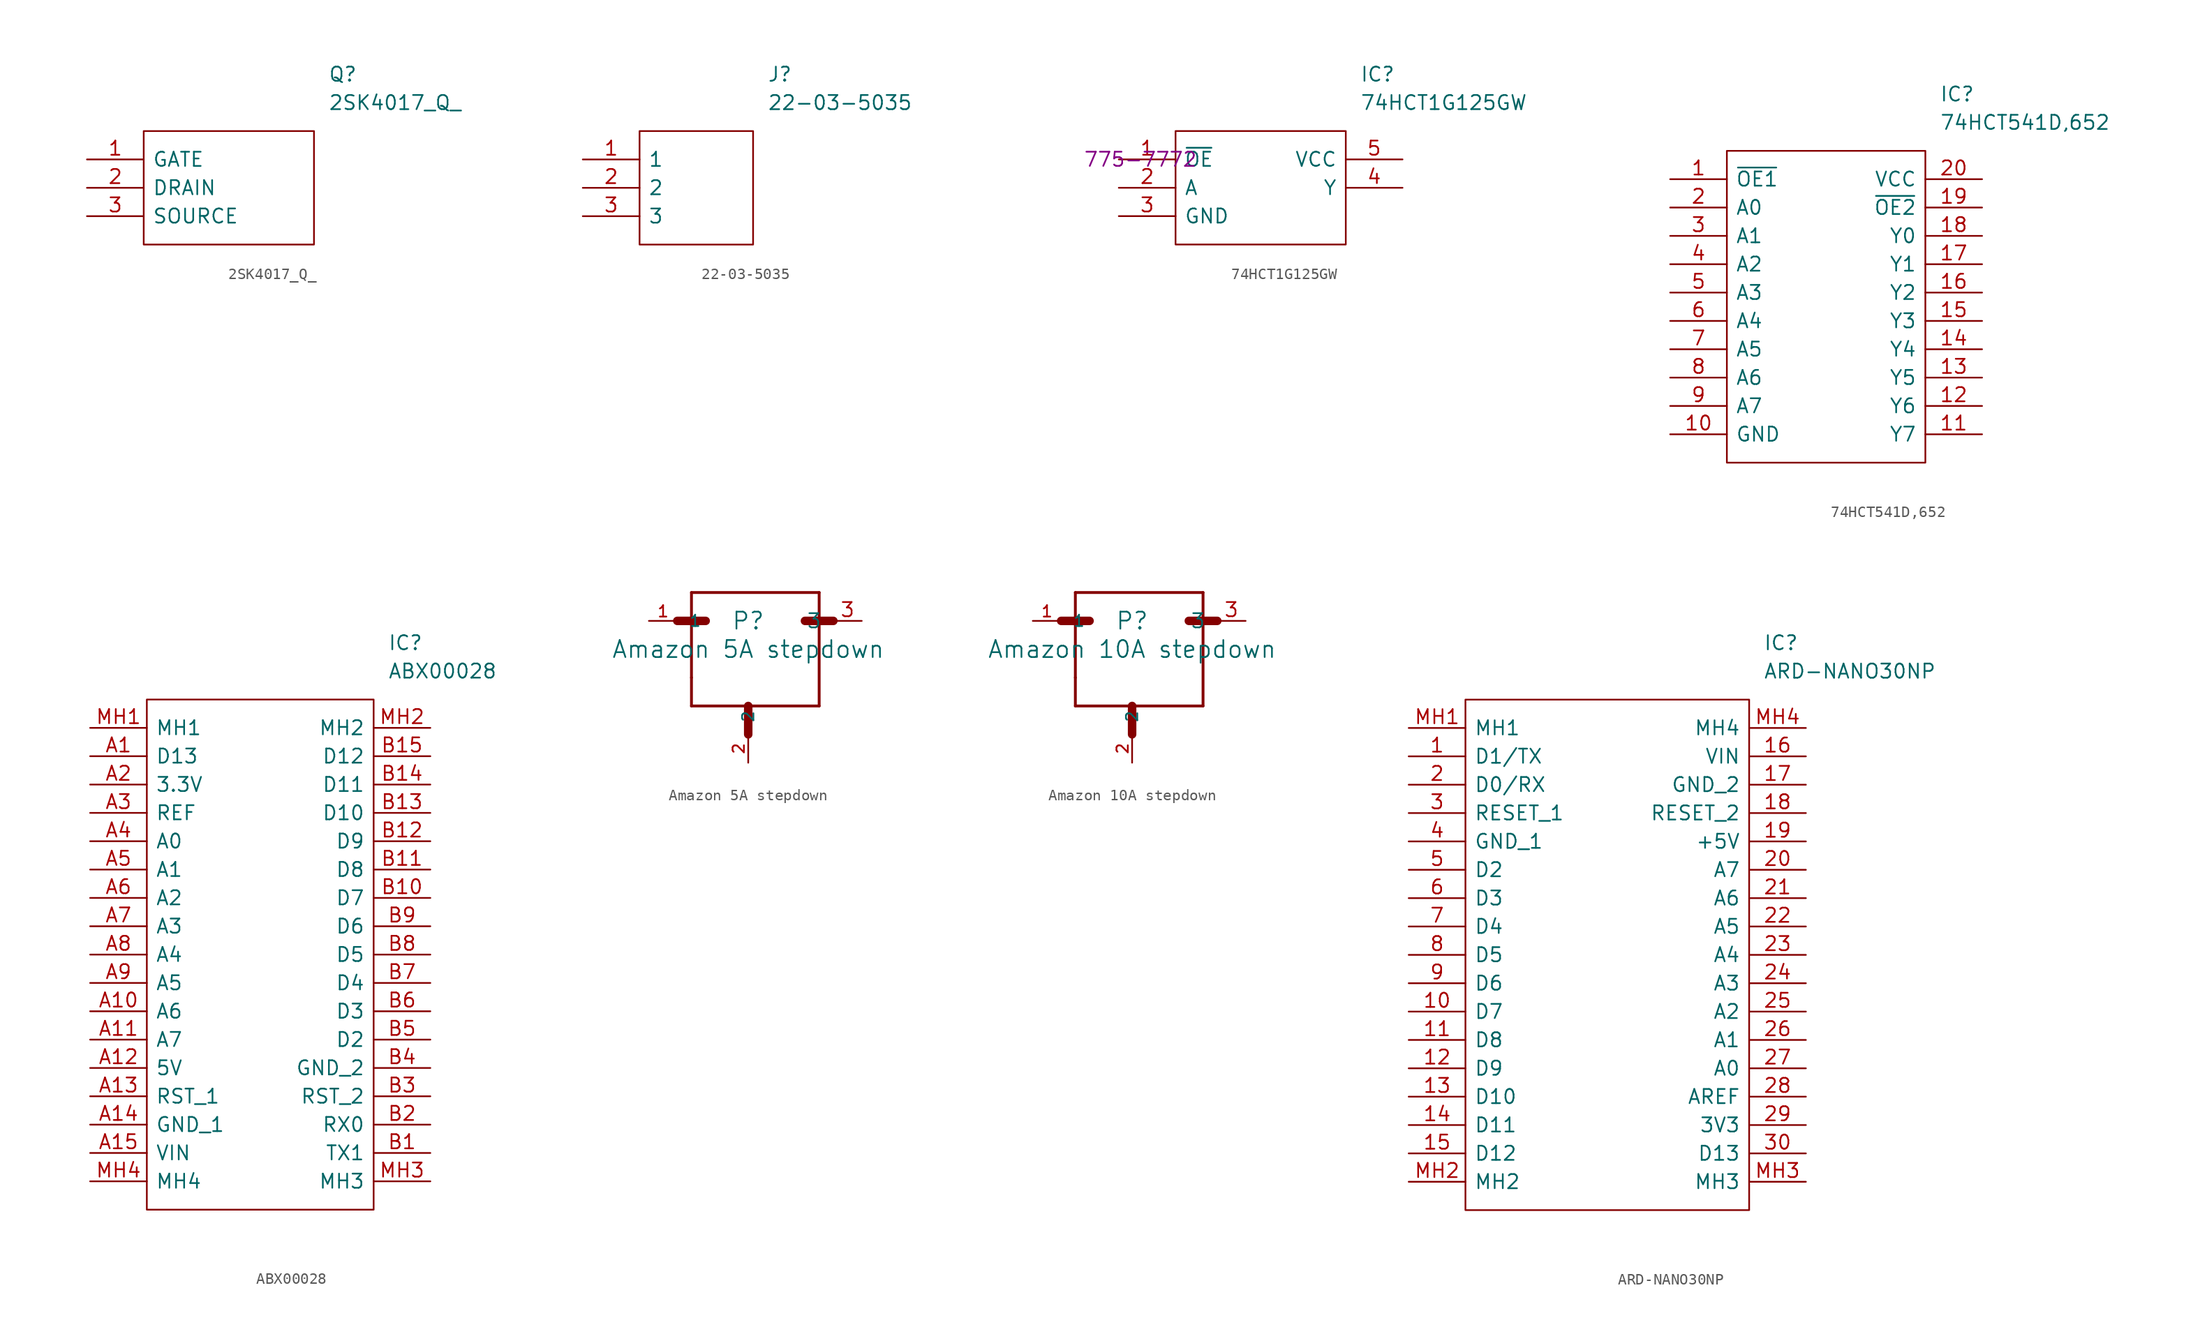
<source format=kicad_sym>
(kicad_symbol_lib
  (version 20211014)
  (generator kicad_symbol_editor)
  (symbol "2SK4017_Q_"
    (pin_names
      (offset 0.762))
    (property "Reference" "Q"
      (at 21.59 7.62 0)
      (effects (font (size 1.27 1.27)) (justify left)))
    (property "Value" "2SK4017_Q_"
      (at 21.59 5.08 0)
      (effects (font (size 1.27 1.27)) (justify left)))
    (symbol "2SK4017_Q__0_0"
      (pin passive line (at 0 0 0) (length 5.08) (name "GATE" (effects (font (size 1.27 1.27)))) (number "1" (effects (font (size 1.27 1.27)))))
      (pin passive line (at 0 -2.54 0) (length 5.08) (name "DRAIN" (effects (font (size 1.27 1.27)))) (number "2" (effects (font (size 1.27 1.27)))))
      (pin passive line (at 0 -5.08 0) (length 5.08) (name "SOURCE" (effects (font (size 1.27 1.27)))) (number "3" (effects (font (size 1.27 1.27))))))
    (symbol "2SK4017_Q__0_1"
      (polyline (pts (xy 5.08 2.54) (xy 20.32 2.54) (xy 20.32 -7.62) (xy 5.08 -7.62) (xy 5.08 2.54)) (stroke (width 0.152) (type default) (color 0 0 0 0)) (fill (type none)))))
  (symbol "22-03-5035"
    (pin_names
      (offset 0.762))
    (property "Reference" "J"
      (at 16.51 7.62 0)
      (effects (font (size 1.27 1.27)) (justify left)))
    (property "Value" "22-03-5035"
      (at 16.51 5.08 0)
      (effects (font (size 1.27 1.27)) (justify left)))
    (symbol "22-03-5035_0_0"
      (pin passive line (at 0 0 0) (length 5.08) (name "1" (effects (font (size 1.27 1.27)))) (number "1" (effects (font (size 1.27 1.27)))))
      (pin passive line (at 0 -2.54 0) (length 5.08) (name "2" (effects (font (size 1.27 1.27)))) (number "2" (effects (font (size 1.27 1.27)))))
      (pin passive line (at 0 -5.08 0) (length 5.08) (name "3" (effects (font (size 1.27 1.27)))) (number "3" (effects (font (size 1.27 1.27))))))
    (symbol "22-03-5035_0_1"
      (polyline (pts (xy 5.08 2.54) (xy 15.24 2.54) (xy 15.24 -7.62) (xy 5.08 -7.62) (xy 5.08 2.54)) (stroke (width 0.152) (type default) (color 0 0 0 0)) (fill (type none)))))
  (symbol "74HCT1G125GW"
    (pin_names
      (offset 0.762))
    (property "Reference" "IC"
      (at 21.59 7.62 0)
      (effects (font (size 1.27 1.27)) (justify left)))
    (property "Value" "74HCT1G125GW"
      (at 21.59 5.08 0)
      (effects (font (size 1.27 1.27)) (justify left)))
    (property "RS" "    775-7772"
      (at 0 0 0)
      (effects (font (size 1.27 1.27))))
    (symbol "74HCT1G125GW_0_0"
      (pin passive line (at 0 0 0) (length 5.08) (name "~{OE}" (effects (font (size 1.27 1.27)))) (number "1" (effects (font (size 1.27 1.27)))))
      (pin passive line (at 0 -2.54 0) (length 5.08) (name "A" (effects (font (size 1.27 1.27)))) (number "2" (effects (font (size 1.27 1.27)))))
      (pin passive line (at 0 -5.08 0) (length 5.08) (name "GND" (effects (font (size 1.27 1.27)))) (number "3" (effects (font (size 1.27 1.27)))))
      (pin passive line (at 25.4 -2.54 180) (length 5.08) (name "Y" (effects (font (size 1.27 1.27)))) (number "4" (effects (font (size 1.27 1.27)))))
      (pin passive line (at 25.4 0 180) (length 5.08) (name "VCC" (effects (font (size 1.27 1.27)))) (number "5" (effects (font (size 1.27 1.27))))))
    (symbol "74HCT1G125GW_0_1"
      (polyline (pts (xy 5.08 2.54) (xy 20.32 2.54) (xy 20.32 -7.62) (xy 5.08 -7.62) (xy 5.08 2.54)) (stroke (width 0.152) (type default) (color 0 0 0 0)) (fill (type none)))))
  (symbol "74HCT541D,652"
    (pin_names
      (offset 0.762))
    (property "Reference" "IC"
      (at 24.13 7.62 0)
      (effects (font (size 1.27 1.27)) (justify left)))
    (property "Value" "74HCT541D,652"
      (at 24.13 5.08 0)
      (effects (font (size 1.27 1.27)) (justify left)))
    (symbol "74HCT541D,652_0_0"
      (pin passive line (at 0 0 0) (length 5.08) (name "~{OE1}" (effects (font (size 1.27 1.27)))) (number "1" (effects (font (size 1.27 1.27)))))
      (pin passive line (at 0 -22.86 0) (length 5.08) (name "GND" (effects (font (size 1.27 1.27)))) (number "10" (effects (font (size 1.27 1.27)))))
      (pin passive line (at 27.94 -22.86 180) (length 5.08) (name "Y7" (effects (font (size 1.27 1.27)))) (number "11" (effects (font (size 1.27 1.27)))))
      (pin passive line (at 27.94 -20.32 180) (length 5.08) (name "Y6" (effects (font (size 1.27 1.27)))) (number "12" (effects (font (size 1.27 1.27)))))
      (pin passive line (at 27.94 -17.78 180) (length 5.08) (name "Y5" (effects (font (size 1.27 1.27)))) (number "13" (effects (font (size 1.27 1.27)))))
      (pin passive line (at 27.94 -15.24 180) (length 5.08) (name "Y4" (effects (font (size 1.27 1.27)))) (number "14" (effects (font (size 1.27 1.27)))))
      (pin passive line (at 27.94 -12.7 180) (length 5.08) (name "Y3" (effects (font (size 1.27 1.27)))) (number "15" (effects (font (size 1.27 1.27)))))
      (pin passive line (at 27.94 -10.16 180) (length 5.08) (name "Y2" (effects (font (size 1.27 1.27)))) (number "16" (effects (font (size 1.27 1.27)))))
      (pin passive line (at 27.94 -7.62 180) (length 5.08) (name "Y1" (effects (font (size 1.27 1.27)))) (number "17" (effects (font (size 1.27 1.27)))))
      (pin passive line (at 27.94 -5.08 180) (length 5.08) (name "Y0" (effects (font (size 1.27 1.27)))) (number "18" (effects (font (size 1.27 1.27)))))
      (pin passive line (at 27.94 -2.54 180) (length 5.08) (name "~{OE2}" (effects (font (size 1.27 1.27)))) (number "19" (effects (font (size 1.27 1.27)))))
      (pin passive line (at 0 -2.54 0) (length 5.08) (name "A0" (effects (font (size 1.27 1.27)))) (number "2" (effects (font (size 1.27 1.27)))))
      (pin passive line (at 27.94 0 180) (length 5.08) (name "VCC" (effects (font (size 1.27 1.27)))) (number "20" (effects (font (size 1.27 1.27)))))
      (pin passive line (at 0 -5.08 0) (length 5.08) (name "A1" (effects (font (size 1.27 1.27)))) (number "3" (effects (font (size 1.27 1.27)))))
      (pin passive line (at 0 -7.62 0) (length 5.08) (name "A2" (effects (font (size 1.27 1.27)))) (number "4" (effects (font (size 1.27 1.27)))))
      (pin passive line (at 0 -10.16 0) (length 5.08) (name "A3" (effects (font (size 1.27 1.27)))) (number "5" (effects (font (size 1.27 1.27)))))
      (pin passive line (at 0 -12.7 0) (length 5.08) (name "A4" (effects (font (size 1.27 1.27)))) (number "6" (effects (font (size 1.27 1.27)))))
      (pin passive line (at 0 -15.24 0) (length 5.08) (name "A5" (effects (font (size 1.27 1.27)))) (number "7" (effects (font (size 1.27 1.27)))))
      (pin passive line (at 0 -17.78 0) (length 5.08) (name "A6" (effects (font (size 1.27 1.27)))) (number "8" (effects (font (size 1.27 1.27)))))
      (pin passive line (at 0 -20.32 0) (length 5.08) (name "A7" (effects (font (size 1.27 1.27)))) (number "9" (effects (font (size 1.27 1.27))))))
    (symbol "74HCT541D,652_0_1"
      (polyline (pts (xy 5.08 2.54) (xy 22.86 2.54) (xy 22.86 -25.4) (xy 5.08 -25.4) (xy 5.08 2.54)) (stroke (width 0.152) (type default) (color 0 0 0 0)) (fill (type none)))))
  (symbol "ABX00028"
    (pin_names
      (offset 0.762))
    (property "Reference" "IC"
      (at 26.67 7.62 0)
      (effects (font (size 1.27 1.27)) (justify left)))
    (property "Value" "ABX00028"
      (at 26.67 5.08 0)
      (effects (font (size 1.27 1.27)) (justify left)))
    (symbol "ABX00028_0_0"
      (pin passive line (at 0 -2.54 0) (length 5.08) (name "D13" (effects (font (size 1.27 1.27)))) (number "A1" (effects (font (size 1.27 1.27)))))
      (pin passive line (at 0 -25.4 0) (length 5.08) (name "A6" (effects (font (size 1.27 1.27)))) (number "A10" (effects (font (size 1.27 1.27)))))
      (pin passive line (at 0 -27.94 0) (length 5.08) (name "A7" (effects (font (size 1.27 1.27)))) (number "A11" (effects (font (size 1.27 1.27)))))
      (pin passive line (at 0 -30.48 0) (length 5.08) (name "5V" (effects (font (size 1.27 1.27)))) (number "A12" (effects (font (size 1.27 1.27)))))
      (pin passive line (at 0 -33.02 0) (length 5.08) (name "RST_1" (effects (font (size 1.27 1.27)))) (number "A13" (effects (font (size 1.27 1.27)))))
      (pin passive line (at 0 -35.56 0) (length 5.08) (name "GND_1" (effects (font (size 1.27 1.27)))) (number "A14" (effects (font (size 1.27 1.27)))))
      (pin passive line (at 0 -38.1 0) (length 5.08) (name "VIN" (effects (font (size 1.27 1.27)))) (number "A15" (effects (font (size 1.27 1.27)))))
      (pin passive line (at 0 -5.08 0) (length 5.08) (name "3.3V" (effects (font (size 1.27 1.27)))) (number "A2" (effects (font (size 1.27 1.27)))))
      (pin passive line (at 0 -7.62 0) (length 5.08) (name "REF" (effects (font (size 1.27 1.27)))) (number "A3" (effects (font (size 1.27 1.27)))))
      (pin passive line (at 0 -10.16 0) (length 5.08) (name "A0" (effects (font (size 1.27 1.27)))) (number "A4" (effects (font (size 1.27 1.27)))))
      (pin passive line (at 0 -12.7 0) (length 5.08) (name "A1" (effects (font (size 1.27 1.27)))) (number "A5" (effects (font (size 1.27 1.27)))))
      (pin passive line (at 0 -15.24 0) (length 5.08) (name "A2" (effects (font (size 1.27 1.27)))) (number "A6" (effects (font (size 1.27 1.27)))))
      (pin passive line (at 0 -17.78 0) (length 5.08) (name "A3" (effects (font (size 1.27 1.27)))) (number "A7" (effects (font (size 1.27 1.27)))))
      (pin passive line (at 0 -20.32 0) (length 5.08) (name "A4" (effects (font (size 1.27 1.27)))) (number "A8" (effects (font (size 1.27 1.27)))))
      (pin passive line (at 0 -22.86 0) (length 5.08) (name "A5" (effects (font (size 1.27 1.27)))) (number "A9" (effects (font (size 1.27 1.27)))))
      (pin passive line (at 30.48 -38.1 180) (length 5.08) (name "TX1" (effects (font (size 1.27 1.27)))) (number "B1" (effects (font (size 1.27 1.27)))))
      (pin passive line (at 30.48 -15.24 180) (length 5.08) (name "D7" (effects (font (size 1.27 1.27)))) (number "B10" (effects (font (size 1.27 1.27)))))
      (pin passive line (at 30.48 -12.7 180) (length 5.08) (name "D8" (effects (font (size 1.27 1.27)))) (number "B11" (effects (font (size 1.27 1.27)))))
      (pin passive line (at 30.48 -10.16 180) (length 5.08) (name "D9" (effects (font (size 1.27 1.27)))) (number "B12" (effects (font (size 1.27 1.27)))))
      (pin passive line (at 30.48 -7.62 180) (length 5.08) (name "D10" (effects (font (size 1.27 1.27)))) (number "B13" (effects (font (size 1.27 1.27)))))
      (pin passive line (at 30.48 -5.08 180) (length 5.08) (name "D11" (effects (font (size 1.27 1.27)))) (number "B14" (effects (font (size 1.27 1.27)))))
      (pin passive line (at 30.48 -2.54 180) (length 5.08) (name "D12" (effects (font (size 1.27 1.27)))) (number "B15" (effects (font (size 1.27 1.27)))))
      (pin passive line (at 30.48 -35.56 180) (length 5.08) (name "RX0" (effects (font (size 1.27 1.27)))) (number "B2" (effects (font (size 1.27 1.27)))))
      (pin passive line (at 30.48 -33.02 180) (length 5.08) (name "RST_2" (effects (font (size 1.27 1.27)))) (number "B3" (effects (font (size 1.27 1.27)))))
      (pin passive line (at 30.48 -30.48 180) (length 5.08) (name "GND_2" (effects (font (size 1.27 1.27)))) (number "B4" (effects (font (size 1.27 1.27)))))
      (pin passive line (at 30.48 -27.94 180) (length 5.08) (name "D2" (effects (font (size 1.27 1.27)))) (number "B5" (effects (font (size 1.27 1.27)))))
      (pin passive line (at 30.48 -25.4 180) (length 5.08) (name "D3" (effects (font (size 1.27 1.27)))) (number "B6" (effects (font (size 1.27 1.27)))))
      (pin passive line (at 30.48 -22.86 180) (length 5.08) (name "D4" (effects (font (size 1.27 1.27)))) (number "B7" (effects (font (size 1.27 1.27)))))
      (pin passive line (at 30.48 -20.32 180) (length 5.08) (name "D5" (effects (font (size 1.27 1.27)))) (number "B8" (effects (font (size 1.27 1.27)))))
      (pin passive line (at 30.48 -17.78 180) (length 5.08) (name "D6" (effects (font (size 1.27 1.27)))) (number "B9" (effects (font (size 1.27 1.27)))))
      (pin passive line (at 0 0 0) (length 5.08) (name "MH1" (effects (font (size 1.27 1.27)))) (number "MH1" (effects (font (size 1.27 1.27)))))
      (pin passive line (at 30.48 0 180) (length 5.08) (name "MH2" (effects (font (size 1.27 1.27)))) (number "MH2" (effects (font (size 1.27 1.27)))))
      (pin passive line (at 30.48 -40.64 180) (length 5.08) (name "MH3" (effects (font (size 1.27 1.27)))) (number "MH3" (effects (font (size 1.27 1.27)))))
      (pin passive line (at 0 -40.64 0) (length 5.08) (name "MH4" (effects (font (size 1.27 1.27)))) (number "MH4" (effects (font (size 1.27 1.27))))))
    (symbol "ABX00028_0_1"
      (polyline (pts (xy 5.08 2.54) (xy 25.4 2.54) (xy 25.4 -43.18) (xy 5.08 -43.18) (xy 5.08 2.54)) (stroke (width 0.152) (type default) (color 0 0 0 0)) (fill (type none)))))
  (symbol "Amazon 5A stepdown"
    (pin_names
      (offset 1.016))
    (property "Reference" "P"
      (at 0 2.54 0)
      (effects (font (size 1.524 1.524))))
    (property "Value" "Amazon 5A stepdown"
      (at 0 0 0)
      (effects (font (size 1.524 1.524))))
    (symbol "Amazon 5A stepdown_0_0"
      (polyline (pts (xy -6.35 2.54) (xy -3.81 2.54)) (stroke (width 0.762) (type default) (color 0 0 0 0)) (fill (type none)))
      (polyline (pts (xy -5.08 -5.08) (xy 6.35 -5.08)) (stroke (width 0.254) (type default) (color 0 0 0 0)) (fill (type none)))
      (polyline (pts (xy -5.08 -2.54) (xy -5.08 -5.08)) (stroke (width 0.254) (type default) (color 0 0 0 0)) (fill (type none)))
      (polyline (pts (xy -5.08 2.54) (xy -5.08 -2.54)) (stroke (width 0.254) (type default) (color 0 0 0 0)) (fill (type none)))
      (polyline (pts (xy -5.08 5.08) (xy -5.08 2.54)) (stroke (width 0.254) (type default) (color 0 0 0 0)) (fill (type none)))
      (polyline (pts (xy 6.35 -5.08) (xy 6.35 5.08)) (stroke (width 0.254) (type default) (color 0 0 0 0)) (fill (type none)))
      (polyline (pts (xy 6.35 5.08) (xy -5.08 5.08)) (stroke (width 0.254) (type default) (color 0 0 0 0)) (fill (type none)))
      (pin passive line (at -8.89 2.54 0) (length 2.54) (name "1" (effects (font (size 1.016 1.016)))) (number "1" (effects (font (size 1.016 1.016)))))
      (pin passive line (at 0 -10.16 90) (length 2.54) (name "2" (effects (font (size 1.016 1.016)))) (number "2" (effects (font (size 1.016 1.016))))))
    (symbol "Amazon 5A stepdown_0_1"
      (polyline (pts (xy 7.62 2.54) (xy 5.08 2.54)) (stroke (width 0.762) (type default) (color 0 0 0 0)) (fill (type none))))
    (symbol "Amazon 5A stepdown_1_0"
      (polyline (pts (xy 0 -5.08) (xy 0 -7.62)) (stroke (width 0.762) (type default) (color 0 0 0 0)) (fill (type none))))
    (symbol "Amazon 5A stepdown_1_1"
      (pin input line (at 10.16 2.54 180) (length 2.54) (name "3" (effects (font (size 1.27 1.27)))) (number "3" (effects (font (size 1.27 1.27)))))))
  (symbol "Amazon 10A stepdown"
    (pin_names
      (offset 1.016))
    (property "Reference" "P"
      (at 0 2.54 0)
      (effects (font (size 1.524 1.524))))
    (property "Value" "Amazon 10A stepdown"
      (at 0 0 0)
      (effects (font (size 1.524 1.524))))
    (symbol "Amazon 10A stepdown_0_0"
      (polyline (pts (xy -6.35 2.54) (xy -3.81 2.54)) (stroke (width 0.762) (type default) (color 0 0 0 0)) (fill (type none)))
      (polyline (pts (xy -5.08 -5.08) (xy 6.35 -5.08)) (stroke (width 0.254) (type default) (color 0 0 0 0)) (fill (type none)))
      (polyline (pts (xy -5.08 -2.54) (xy -5.08 -5.08)) (stroke (width 0.254) (type default) (color 0 0 0 0)) (fill (type none)))
      (polyline (pts (xy -5.08 2.54) (xy -5.08 -2.54)) (stroke (width 0.254) (type default) (color 0 0 0 0)) (fill (type none)))
      (polyline (pts (xy -5.08 5.08) (xy -5.08 2.54)) (stroke (width 0.254) (type default) (color 0 0 0 0)) (fill (type none)))
      (polyline (pts (xy 6.35 -5.08) (xy 6.35 5.08)) (stroke (width 0.254) (type default) (color 0 0 0 0)) (fill (type none)))
      (polyline (pts (xy 6.35 5.08) (xy -5.08 5.08)) (stroke (width 0.254) (type default) (color 0 0 0 0)) (fill (type none)))
      (pin passive line (at -8.89 2.54 0) (length 2.54) (name "1" (effects (font (size 1.016 1.016)))) (number "1" (effects (font (size 1.016 1.016)))))
      (pin passive line (at 0 -10.16 90) (length 2.54) (name "2" (effects (font (size 1.016 1.016)))) (number "2" (effects (font (size 1.016 1.016))))))
    (symbol "Amazon 10A stepdown_0_1"
      (polyline (pts (xy 7.62 2.54) (xy 5.08 2.54)) (stroke (width 0.762) (type default) (color 0 0 0 0)) (fill (type none))))
    (symbol "Amazon 10A stepdown_1_0"
      (polyline (pts (xy 0 -5.08) (xy 0 -7.62)) (stroke (width 0.762) (type default) (color 0 0 0 0)) (fill (type none))))
    (symbol "Amazon 10A stepdown_1_1"
      (pin input line (at 10.16 2.54 180) (length 2.54) (name "3" (effects (font (size 1.27 1.27)))) (number "3" (effects (font (size 1.27 1.27)))))))
  (symbol "ARD-NANO30NP"
    (pin_names
      (offset 0.762))
    (property "Reference" "IC"
      (at 31.75 7.62 0)
      (effects (font (size 1.27 1.27)) (justify left)))
    (property "Value" "ARD-NANO30NP"
      (at 31.75 5.08 0)
      (effects (font (size 1.27 1.27)) (justify left)))
    (symbol "ARD-NANO30NP_0_0"
      (pin passive line (at 0 -2.54 0) (length 5.08) (name "D1/TX" (effects (font (size 1.27 1.27)))) (number "1" (effects (font (size 1.27 1.27)))))
      (pin passive line (at 0 -25.4 0) (length 5.08) (name "D7" (effects (font (size 1.27 1.27)))) (number "10" (effects (font (size 1.27 1.27)))))
      (pin passive line (at 0 -27.94 0) (length 5.08) (name "D8" (effects (font (size 1.27 1.27)))) (number "11" (effects (font (size 1.27 1.27)))))
      (pin passive line (at 0 -30.48 0) (length 5.08) (name "D9" (effects (font (size 1.27 1.27)))) (number "12" (effects (font (size 1.27 1.27)))))
      (pin passive line (at 0 -33.02 0) (length 5.08) (name "D10" (effects (font (size 1.27 1.27)))) (number "13" (effects (font (size 1.27 1.27)))))
      (pin passive line (at 0 -35.56 0) (length 5.08) (name "D11" (effects (font (size 1.27 1.27)))) (number "14" (effects (font (size 1.27 1.27)))))
      (pin passive line (at 0 -38.1 0) (length 5.08) (name "D12" (effects (font (size 1.27 1.27)))) (number "15" (effects (font (size 1.27 1.27)))))
      (pin passive line (at 35.56 -2.54 180) (length 5.08) (name "VIN" (effects (font (size 1.27 1.27)))) (number "16" (effects (font (size 1.27 1.27)))))
      (pin passive line (at 35.56 -5.08 180) (length 5.08) (name "GND_2" (effects (font (size 1.27 1.27)))) (number "17" (effects (font (size 1.27 1.27)))))
      (pin passive line (at 35.56 -7.62 180) (length 5.08) (name "RESET_2" (effects (font (size 1.27 1.27)))) (number "18" (effects (font (size 1.27 1.27)))))
      (pin passive line (at 35.56 -10.16 180) (length 5.08) (name "+5V" (effects (font (size 1.27 1.27)))) (number "19" (effects (font (size 1.27 1.27)))))
      (pin passive line (at 0 -5.08 0) (length 5.08) (name "D0/RX" (effects (font (size 1.27 1.27)))) (number "2" (effects (font (size 1.27 1.27)))))
      (pin passive line (at 35.56 -12.7 180) (length 5.08) (name "A7" (effects (font (size 1.27 1.27)))) (number "20" (effects (font (size 1.27 1.27)))))
      (pin passive line (at 35.56 -15.24 180) (length 5.08) (name "A6" (effects (font (size 1.27 1.27)))) (number "21" (effects (font (size 1.27 1.27)))))
      (pin passive line (at 35.56 -17.78 180) (length 5.08) (name "A5" (effects (font (size 1.27 1.27)))) (number "22" (effects (font (size 1.27 1.27)))))
      (pin passive line (at 35.56 -20.32 180) (length 5.08) (name "A4" (effects (font (size 1.27 1.27)))) (number "23" (effects (font (size 1.27 1.27)))))
      (pin passive line (at 35.56 -22.86 180) (length 5.08) (name "A3" (effects (font (size 1.27 1.27)))) (number "24" (effects (font (size 1.27 1.27)))))
      (pin passive line (at 35.56 -25.4 180) (length 5.08) (name "A2" (effects (font (size 1.27 1.27)))) (number "25" (effects (font (size 1.27 1.27)))))
      (pin passive line (at 35.56 -27.94 180) (length 5.08) (name "A1" (effects (font (size 1.27 1.27)))) (number "26" (effects (font (size 1.27 1.27)))))
      (pin passive line (at 35.56 -30.48 180) (length 5.08) (name "A0" (effects (font (size 1.27 1.27)))) (number "27" (effects (font (size 1.27 1.27)))))
      (pin passive line (at 35.56 -33.02 180) (length 5.08) (name "AREF" (effects (font (size 1.27 1.27)))) (number "28" (effects (font (size 1.27 1.27)))))
      (pin passive line (at 35.56 -35.56 180) (length 5.08) (name "3V3" (effects (font (size 1.27 1.27)))) (number "29" (effects (font (size 1.27 1.27)))))
      (pin passive line (at 0 -7.62 0) (length 5.08) (name "RESET_1" (effects (font (size 1.27 1.27)))) (number "3" (effects (font (size 1.27 1.27)))))
      (pin passive line (at 35.56 -38.1 180) (length 5.08) (name "D13" (effects (font (size 1.27 1.27)))) (number "30" (effects (font (size 1.27 1.27)))))
      (pin passive line (at 0 -10.16 0) (length 5.08) (name "GND_1" (effects (font (size 1.27 1.27)))) (number "4" (effects (font (size 1.27 1.27)))))
      (pin passive line (at 0 -12.7 0) (length 5.08) (name "D2" (effects (font (size 1.27 1.27)))) (number "5" (effects (font (size 1.27 1.27)))))
      (pin passive line (at 0 -15.24 0) (length 5.08) (name "D3" (effects (font (size 1.27 1.27)))) (number "6" (effects (font (size 1.27 1.27)))))
      (pin passive line (at 0 -17.78 0) (length 5.08) (name "D4" (effects (font (size 1.27 1.27)))) (number "7" (effects (font (size 1.27 1.27)))))
      (pin passive line (at 0 -20.32 0) (length 5.08) (name "D5" (effects (font (size 1.27 1.27)))) (number "8" (effects (font (size 1.27 1.27)))))
      (pin passive line (at 0 -22.86 0) (length 5.08) (name "D6" (effects (font (size 1.27 1.27)))) (number "9" (effects (font (size 1.27 1.27)))))
      (pin passive line (at 0 0 0) (length 5.08) (name "MH1" (effects (font (size 1.27 1.27)))) (number "MH1" (effects (font (size 1.27 1.27)))))
      (pin passive line (at 0 -40.64 0) (length 5.08) (name "MH2" (effects (font (size 1.27 1.27)))) (number "MH2" (effects (font (size 1.27 1.27)))))
      (pin passive line (at 35.56 -40.64 180) (length 5.08) (name "MH3" (effects (font (size 1.27 1.27)))) (number "MH3" (effects (font (size 1.27 1.27)))))
      (pin passive line (at 35.56 0 180) (length 5.08) (name "MH4" (effects (font (size 1.27 1.27)))) (number "MH4" (effects (font (size 1.27 1.27))))))
    (symbol "ARD-NANO30NP_0_1"
      (polyline (pts (xy 5.08 2.54) (xy 30.48 2.54) (xy 30.48 -43.18) (xy 5.08 -43.18) (xy 5.08 2.54)) (stroke (width 0.152) (type default) (color 0 0 0 0)) (fill (type none))))))
</source>
